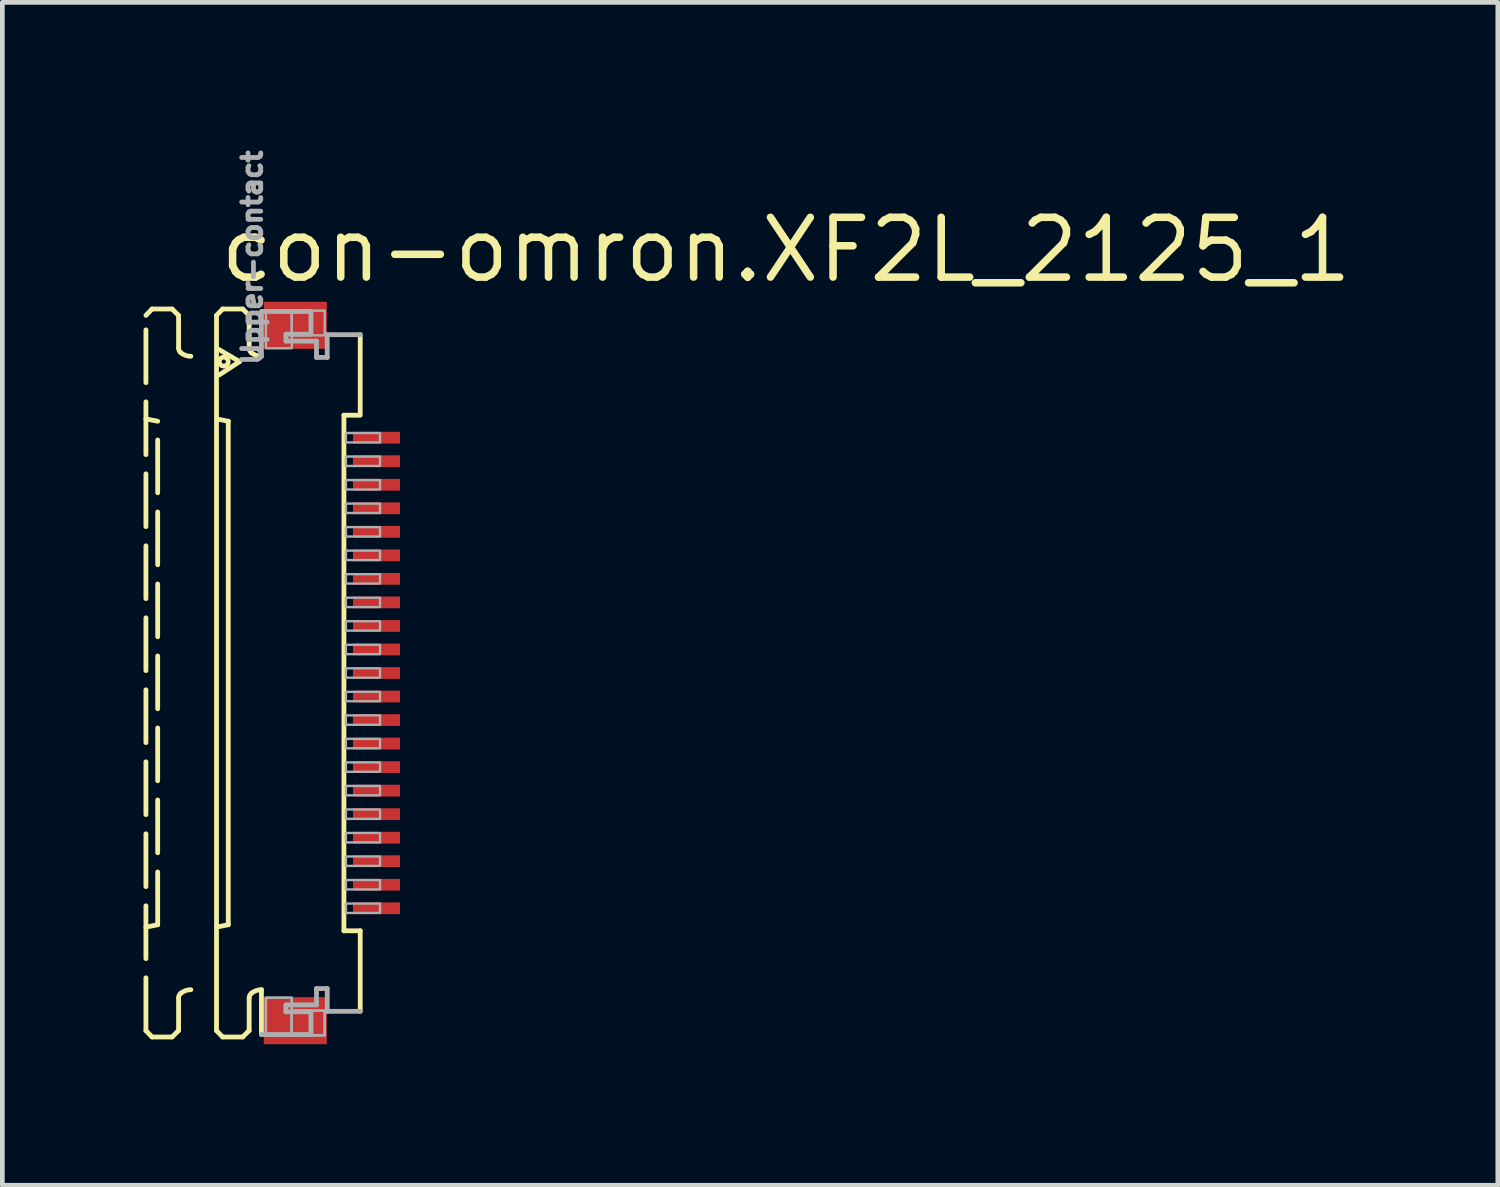
<source format=kicad_pcb>
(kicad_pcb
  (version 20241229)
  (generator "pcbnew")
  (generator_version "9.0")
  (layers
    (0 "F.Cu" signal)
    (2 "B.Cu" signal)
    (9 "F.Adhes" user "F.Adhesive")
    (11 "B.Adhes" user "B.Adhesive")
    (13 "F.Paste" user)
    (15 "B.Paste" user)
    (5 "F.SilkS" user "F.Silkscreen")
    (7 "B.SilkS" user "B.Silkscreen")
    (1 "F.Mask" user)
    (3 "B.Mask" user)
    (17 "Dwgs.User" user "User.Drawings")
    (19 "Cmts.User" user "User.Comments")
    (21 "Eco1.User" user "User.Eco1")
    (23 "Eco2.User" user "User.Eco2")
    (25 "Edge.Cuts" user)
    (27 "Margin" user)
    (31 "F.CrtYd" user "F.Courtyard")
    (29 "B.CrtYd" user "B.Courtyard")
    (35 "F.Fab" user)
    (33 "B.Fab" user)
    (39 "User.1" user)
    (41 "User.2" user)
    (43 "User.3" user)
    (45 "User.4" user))
  (footprint "con-omron.XF2L_2125_1"
    (layer "F.Cu")
    (at 3.046 11.252)
    (property "Reference" "con-omron.XF2L_2125_1" (at -1.5 -8.25 0) (layer "F.SilkS") (effects (font (size 1.27 1.27) (thickness 0.16)) (justify left bottom)))
    (attr smd)
    (fp_rect (start 1.355 -4.825) (end 2.455 -5.175) (stroke (width 0.05) (type default)) (fill yes) (layer "F.Mask"))
    (fp_rect (start 1.355 -4.325) (end 2.455 -4.675) (stroke (width 0.05) (type default)) (fill yes) (layer "F.Mask"))
    (fp_rect (start 1.355 -3.825) (end 2.455 -4.175) (stroke (width 0.05) (type default)) (fill yes) (layer "F.Mask"))
    (fp_rect (start 1.355 -3.325) (end 2.455 -3.675) (stroke (width 0.05) (type default)) (fill yes) (layer "F.Mask"))
    (fp_rect (start 1.355 -2.825) (end 2.455 -3.175) (stroke (width 0.05) (type default)) (fill yes) (layer "F.Mask"))
    (fp_rect (start 1.355 -2.325) (end 2.455 -2.675) (stroke (width 0.05) (type default)) (fill yes) (layer "F.Mask"))
    (fp_rect (start 1.355 -1.825) (end 2.455 -2.175) (stroke (width 0.05) (type default)) (fill yes) (layer "F.Mask"))
    (fp_rect (start 1.355 -1.325) (end 2.455 -1.675) (stroke (width 0.05) (type default)) (fill yes) (layer "F.Mask"))
    (fp_rect (start 1.355 -0.825) (end 2.455 -1.175) (stroke (width 0.05) (type default)) (fill yes) (layer "F.Mask"))
    (fp_rect (start 1.355 -0.325) (end 2.455 -0.675) (stroke (width 0.05) (type default)) (fill yes) (layer "F.Mask"))
    (fp_rect (start 1.355 0.175) (end 2.455 -0.175) (stroke (width 0.05) (type default)) (fill yes) (layer "F.Mask"))
    (fp_rect (start 1.355 0.675) (end 2.455 0.325) (stroke (width 0.05) (type default)) (fill yes) (layer "F.Mask"))
    (fp_rect (start 1.355 1.175) (end 2.455 0.825) (stroke (width 0.05) (type default)) (fill yes) (layer "F.Mask"))
    (fp_rect (start 1.355 1.675) (end 2.455 1.325) (stroke (width 0.05) (type default)) (fill yes) (layer "F.Mask"))
    (fp_rect (start 1.355 2.175) (end 2.455 1.825) (stroke (width 0.05) (type default)) (fill yes) (layer "F.Mask"))
    (fp_rect (start 1.355 2.675) (end 2.455 2.325) (stroke (width 0.05) (type default)) (fill yes) (layer "F.Mask"))
    (fp_rect (start 1.355 3.175) (end 2.455 2.825) (stroke (width 0.05) (type default)) (fill yes) (layer "F.Mask"))
    (fp_rect (start 1.355 3.675) (end 2.455 3.325) (stroke (width 0.05) (type default)) (fill yes) (layer "F.Mask"))
    (fp_rect (start 1.355 4.175) (end 2.455 3.825) (stroke (width 0.05) (type default)) (fill yes) (layer "F.Mask"))
    (fp_rect (start 1.355 4.675) (end 2.455 4.325) (stroke (width 0.05) (type default)) (fill yes) (layer "F.Mask"))
    (fp_rect (start 1.355 5.175) (end 2.455 4.825) (stroke (width 0.05) (type default)) (fill yes) (layer "F.Mask"))
    (fp_line (start -2.995 -7.6) (end -2.865 -7.735) (stroke (width 0.102) (type default)) (layer "F.SilkS"))
    (fp_line (start -2.995 -5.4) (end -2.745 -5.35) (stroke (width 0.102) (type default)) (layer "F.SilkS"))
    (fp_line (start -2.995 7.6) (end -2.995 -7.6) (stroke (width 0.102) (type dash)) (layer "F.SilkS"))
    (fp_line (start -2.995 7.6) (end -2.865 7.735) (stroke (width 0.102) (type default)) (layer "F.SilkS"))
    (fp_line (start -2.865 -7.735) (end -2.438 -7.735) (stroke (width 0.102) (type dash)) (layer "F.SilkS"))
    (fp_line (start -2.865 7.735) (end -2.438 7.735) (stroke (width 0.102) (type dash)) (layer "F.SilkS"))
    (fp_line (start -2.745 5.35) (end -2.995 5.4) (stroke (width 0.102) (type default)) (layer "F.SilkS"))
    (fp_line (start -2.745 5.35) (end -2.745 -5.35) (stroke (width 0.102) (type dash)) (layer "F.SilkS"))
    (fp_line (start -2.438 -7.735) (end -2.301 -7.598) (stroke (width 0.102) (type default)) (layer "F.SilkS"))
    (fp_line (start -2.438 7.735) (end -2.301 7.598) (stroke (width 0.102) (type default)) (layer "F.SilkS"))
    (fp_line (start -2.301 -7.598) (end -2.301 -6.906) (stroke (width 0.102) (type dash)) (layer "F.SilkS"))
    (fp_line (start -2.301 7.598) (end -2.301 6.906) (stroke (width 0.102) (type dash)) (layer "F.SilkS"))
    (fp_line (start -1.495 -7.6) (end -1.365 -7.735) (stroke (width 0.102) (type default)) (layer "F.SilkS"))
    (fp_line (start -1.495 -5.4) (end -1.245 -5.35) (stroke (width 0.102) (type default)) (layer "F.SilkS"))
    (fp_line (start -1.495 7.6) (end -1.495 -7.6) (stroke (width 0.102) (type default)) (layer "F.SilkS"))
    (fp_line (start -1.495 7.6) (end -1.365 7.735) (stroke (width 0.102) (type default)) (layer "F.SilkS"))
    (fp_line (start -1.441 -6.873) (end -1.005 -6.617) (stroke (width 0.102) (type default)) (layer "F.SilkS"))
    (fp_line (start -1.365 -7.735) (end -0.939 -7.735) (stroke (width 0.102) (type default)) (layer "F.SilkS"))
    (fp_line (start -1.365 7.735) (end -0.939 7.735) (stroke (width 0.102) (type default)) (layer "F.SilkS"))
    (fp_line (start -1.245 5.35) (end -1.495 5.4) (stroke (width 0.102) (type default)) (layer "F.SilkS"))
    (fp_line (start -1.245 5.35) (end -1.245 -5.35) (stroke (width 0.102) (type default)) (layer "F.SilkS"))
    (fp_line (start -1.005 -6.617) (end -1.441 -6.332) (stroke (width 0.102) (type default)) (layer "F.SilkS"))
    (fp_line (start -0.939 -7.735) (end -0.801 -7.598) (stroke (width 0.102) (type default)) (layer "F.SilkS"))
    (fp_line (start -0.939 7.735) (end -0.801 7.598) (stroke (width 0.102) (type default)) (layer "F.SilkS"))
    (fp_line (start -0.801 -7.598) (end -0.801 -6.906) (stroke (width 0.102) (type default)) (layer "F.SilkS"))
    (fp_line (start -0.801 7.598) (end -0.801 6.906) (stroke (width 0.102) (type default)) (layer "F.SilkS"))
    (fp_line (start -0.54 6.73) (end -0.54 7.683) (stroke (width 0.102) (type default)) (layer "F.SilkS"))
    (fp_line (start 1.213 5.479) (end 1.213 -5.479) (stroke (width 0.102) (type default)) (layer "F.SilkS"))
    (fp_line (start 1.538 -5.479) (end 1.213 -5.479) (stroke (width 0.102) (type default)) (layer "F.SilkS"))
    (fp_line (start 1.559 -7.19) (end 1.559 -5.479) (stroke (width 0.102) (type default)) (layer "F.SilkS"))
    (fp_line (start 1.559 5.479) (end 1.213 5.479) (stroke (width 0.102) (type default)) (layer "F.SilkS"))
    (fp_line (start 1.559 7.19) (end 1.559 5.479) (stroke (width 0.102) (type default)) (layer "F.SilkS"))
    (fp_arc (start -2.301 6.9057) (mid -2.288538 6.850596) (end -2.2536 6.8062) (stroke (width 0.1016) (type default)) (layer "F.SilkS"))
    (fp_arc (start -2.2536 -6.8062) (mid -2.288538 -6.850596) (end -2.301 -6.9057) (stroke (width 0.1016) (type default)) (layer "F.SilkS"))
    (fp_arc (start -2.2536 6.8062) (mid -2.153476 6.749936) (end -2.0403 6.7304) (stroke (width 0.1016) (type default)) (layer "F.SilkS"))
    (fp_arc (start -2.0403 -6.7304) (mid -2.153476 -6.749936) (end -2.2536 -6.8062) (stroke (width 0.1016) (type default)) (layer "F.SilkS"))
    (fp_arc (start -0.801 6.9057) (mid -0.788538 6.850596) (end -0.7536 6.8062) (stroke (width 0.1016) (type default)) (layer "F.SilkS"))
    (fp_arc (start -0.7536 -6.8062) (mid -0.788538 -6.850596) (end -0.801 -6.9057) (stroke (width 0.1016) (type default)) (layer "F.SilkS"))
    (fp_arc (start -0.7536 6.8062) (mid -0.653476 6.749936) (end -0.5403 6.7304) (stroke (width 0.1016) (type default)) (layer "F.SilkS"))
    (fp_arc (start -0.5403 -6.7304) (mid -0.653476 -6.749936) (end -0.7536 -6.8062) (stroke (width 0.1016) (type default)) (layer "F.SilkS"))
    (fp_circle (center -1.341 -6.617) (end -1.246 -6.617) (stroke (width 0.1) (type default)) (fill no) (layer "F.SilkS"))
    (fp_line (start -0.54 -7.683) (end 0.512 -7.683) (stroke (width 0.102) (type default)) (layer "F.Fab"))
    (fp_line (start -0.54 -6.73) (end -0.54 -7.683) (stroke (width 0.102) (type default)) (layer "F.Fab"))
    (fp_line (start -0.54 7.683) (end 0.512 7.683) (stroke (width 0.102) (type default)) (layer "F.Fab"))
    (fp_line (start -0.019 -7.2) (end -0.019 -7.053) (stroke (width 0.102) (type default)) (layer "F.Fab"))
    (fp_line (start -0.019 -7.053) (end 0.63 -7.053) (stroke (width 0.102) (type default)) (layer "F.Fab"))
    (fp_line (start -0.019 7.053) (end 0.63 7.053) (stroke (width 0.102) (type default)) (layer "F.Fab"))
    (fp_line (start -0.019 7.2) (end -0.019 7.053) (stroke (width 0.102) (type default)) (layer "F.Fab"))
    (fp_line (start 0.512 -7.683) (end 0.512 -7.2) (stroke (width 0.102) (type default)) (layer "F.Fab"))
    (fp_line (start 0.512 -7.2) (end -0.019 -7.2) (stroke (width 0.102) (type default)) (layer "F.Fab"))
    (fp_line (start 0.512 7.2) (end -0.019 7.2) (stroke (width 0.102) (type default)) (layer "F.Fab"))
    (fp_line (start 0.512 7.683) (end 0.512 7.2) (stroke (width 0.102) (type default)) (layer "F.Fab"))
    (fp_line (start 0.63 -7.053) (end 0.63 -6.707) (stroke (width 0.102) (type default)) (layer "F.Fab"))
    (fp_line (start 0.63 -6.707) (end 0.858 -6.707) (stroke (width 0.102) (type default)) (layer "F.Fab"))
    (fp_line (start 0.63 6.707) (end 0.858 6.707) (stroke (width 0.102) (type default)) (layer "F.Fab"))
    (fp_line (start 0.63 7.053) (end 0.63 6.707) (stroke (width 0.102) (type default)) (layer "F.Fab"))
    (fp_line (start 0.858 -7.19) (end 1.559 -7.19) (stroke (width 0.102) (type default)) (layer "F.Fab"))
    (fp_line (start 0.858 -6.707) (end 0.858 -7.19) (stroke (width 0.102) (type default)) (layer "F.Fab"))
    (fp_line (start 0.858 6.707) (end 0.858 7.19) (stroke (width 0.102) (type default)) (layer "F.Fab"))
    (fp_line (start 0.858 7.19) (end 1.559 7.19) (stroke (width 0.102) (type default)) (layer "F.Fab"))
    (fp_rect (start -0.445 -6.9) (end 0.105 -7.7) (stroke (width 0.05) (type default)) (fill no) (layer "F.Fab"))
    (fp_rect (start -0.445 7.7) (end 0.105 6.9) (stroke (width 0.05) (type default)) (fill no) (layer "F.Fab"))
    (fp_rect (start -0.445 7.7) (end 0.105 6.9) (stroke (width 0.05) (type default)) (fill no) (layer "F.Fab"))
    (fp_rect (start 0.105 -7.175) (end 0.805 -7.7) (stroke (width 0.05) (type default)) (fill no) (layer "F.Fab"))
    (fp_rect (start 0.105 7.7) (end 0.805 7.175) (stroke (width 0.05) (type default)) (fill no) (layer "F.Fab"))
    (fp_rect (start 0.105 7.7) (end 0.805 7.175) (stroke (width 0.05) (type default)) (fill no) (layer "F.Fab"))
    (fp_rect (start 1.255 -4.9) (end 1.98 -5.1) (stroke (width 0.05) (type default)) (fill no) (layer "F.Fab"))
    (fp_rect (start 1.255 -4.4) (end 1.98 -4.6) (stroke (width 0.05) (type default)) (fill no) (layer "F.Fab"))
    (fp_rect (start 1.255 -3.9) (end 1.98 -4.1) (stroke (width 0.05) (type default)) (fill no) (layer "F.Fab"))
    (fp_rect (start 1.255 -3.4) (end 1.98 -3.6) (stroke (width 0.05) (type default)) (fill no) (layer "F.Fab"))
    (fp_rect (start 1.255 -2.9) (end 1.98 -3.1) (stroke (width 0.05) (type default)) (fill no) (layer "F.Fab"))
    (fp_rect (start 1.255 -2.4) (end 1.98 -2.6) (stroke (width 0.05) (type default)) (fill no) (layer "F.Fab"))
    (fp_rect (start 1.255 -1.9) (end 1.98 -2.1) (stroke (width 0.05) (type default)) (fill no) (layer "F.Fab"))
    (fp_rect (start 1.255 -1.4) (end 1.98 -1.6) (stroke (width 0.05) (type default)) (fill no) (layer "F.Fab"))
    (fp_rect (start 1.255 -0.9) (end 1.98 -1.1) (stroke (width 0.05) (type default)) (fill no) (layer "F.Fab"))
    (fp_rect (start 1.255 -0.4) (end 1.98 -0.6) (stroke (width 0.05) (type default)) (fill no) (layer "F.Fab"))
    (fp_rect (start 1.255 0.1) (end 1.98 -0.1) (stroke (width 0.05) (type default)) (fill no) (layer "F.Fab"))
    (fp_rect (start 1.255 0.6) (end 1.98 0.4) (stroke (width 0.05) (type default)) (fill no) (layer "F.Fab"))
    (fp_rect (start 1.255 1.1) (end 1.98 0.9) (stroke (width 0.05) (type default)) (fill no) (layer "F.Fab"))
    (fp_rect (start 1.255 1.6) (end 1.98 1.4) (stroke (width 0.05) (type default)) (fill no) (layer "F.Fab"))
    (fp_rect (start 1.255 2.1) (end 1.98 1.9) (stroke (width 0.05) (type default)) (fill no) (layer "F.Fab"))
    (fp_rect (start 1.255 2.6) (end 1.98 2.4) (stroke (width 0.05) (type default)) (fill no) (layer "F.Fab"))
    (fp_rect (start 1.255 3.1) (end 1.98 2.9) (stroke (width 0.05) (type default)) (fill no) (layer "F.Fab"))
    (fp_rect (start 1.255 3.6) (end 1.98 3.4) (stroke (width 0.05) (type default)) (fill no) (layer "F.Fab"))
    (fp_rect (start 1.255 4.1) (end 1.98 3.9) (stroke (width 0.05) (type default)) (fill no) (layer "F.Fab"))
    (fp_rect (start 1.255 4.6) (end 1.98 4.4) (stroke (width 0.05) (type default)) (fill no) (layer "F.Fab"))
    (fp_rect (start 1.255 5.1) (end 1.98 4.9) (stroke (width 0.05) (type default)) (fill no) (layer "F.Fab"))
    (fp_text user "Upper-contact" (at -0.5 -6.5 270) (layer "F.Fab") (effects (font (size 0.406 0.406) (thickness 0.15)) (justify left bottom)))
    (pad "1" smd roundrect (at 1.905 -5) (size 1 0.25) (layers "F.Cu" "F.Mask" "F.Paste") (roundrect_rratio 0.01))
    (pad "2" smd roundrect (at 1.905 -4.5) (size 1 0.25) (layers "F.Cu" "F.Mask" "F.Paste") (roundrect_rratio 0.01))
    (pad "3" smd roundrect (at 1.905 -4) (size 1 0.25) (layers "F.Cu" "F.Mask" "F.Paste") (roundrect_rratio 0.01))
    (pad "4" smd roundrect (at 1.905 -3.5) (size 1 0.25) (layers "F.Cu" "F.Mask" "F.Paste") (roundrect_rratio 0.01))
    (pad "5" smd roundrect (at 1.905 -3) (size 1 0.25) (layers "F.Cu" "F.Mask" "F.Paste") (roundrect_rratio 0.01))
    (pad "6" smd roundrect (at 1.905 -2.5) (size 1 0.25) (layers "F.Cu" "F.Mask" "F.Paste") (roundrect_rratio 0.01))
    (pad "7" smd roundrect (at 1.905 -2) (size 1 0.25) (layers "F.Cu" "F.Mask" "F.Paste") (roundrect_rratio 0.01))
    (pad "8" smd roundrect (at 1.905 -1.5) (size 1 0.25) (layers "F.Cu" "F.Mask" "F.Paste") (roundrect_rratio 0.01))
    (pad "9" smd roundrect (at 1.905 -1) (size 1 0.25) (layers "F.Cu" "F.Mask" "F.Paste") (roundrect_rratio 0.01))
    (pad "10" smd roundrect (at 1.905 -0.5) (size 1 0.25) (layers "F.Cu" "F.Mask" "F.Paste") (roundrect_rratio 0.01))
    (pad "11" smd roundrect (at 1.905 0) (size 1 0.25) (layers "F.Cu" "F.Mask" "F.Paste") (roundrect_rratio 0.01))
    (pad "12" smd roundrect (at 1.905 0.5) (size 1 0.25) (layers "F.Cu" "F.Mask" "F.Paste") (roundrect_rratio 0.01))
    (pad "13" smd roundrect (at 1.905 1) (size 1 0.25) (layers "F.Cu" "F.Mask" "F.Paste") (roundrect_rratio 0.01))
    (pad "14" smd roundrect (at 1.905 1.5) (size 1 0.25) (layers "F.Cu" "F.Mask" "F.Paste") (roundrect_rratio 0.01))
    (pad "15" smd roundrect (at 1.905 2) (size 1 0.25) (layers "F.Cu" "F.Mask" "F.Paste") (roundrect_rratio 0.01))
    (pad "16" smd roundrect (at 1.905 2.5) (size 1 0.25) (layers "F.Cu" "F.Mask" "F.Paste") (roundrect_rratio 0.01))
    (pad "17" smd roundrect (at 1.905 3) (size 1 0.25) (layers "F.Cu" "F.Mask" "F.Paste") (roundrect_rratio 0.01))
    (pad "18" smd roundrect (at 1.905 3.5) (size 1 0.25) (layers "F.Cu" "F.Mask" "F.Paste") (roundrect_rratio 0.01))
    (pad "19" smd roundrect (at 1.905 4) (size 1 0.25) (layers "F.Cu" "F.Mask" "F.Paste") (roundrect_rratio 0.01))
    (pad "20" smd roundrect (at 1.905 4.5) (size 1 0.25) (layers "F.Cu" "F.Mask" "F.Paste") (roundrect_rratio 0.01))
    (pad "21" smd roundrect (at 1.905 5) (size 1 0.25) (layers "F.Cu" "F.Mask" "F.Paste") (roundrect_rratio 0.01))
    (pad "M1" smd roundrect (at 0.18 -7.388) (size 1.34 1) (layers "F.Cu" "F.Mask" "F.Paste") (roundrect_rratio 0.01))
    (pad "M2" smd roundrect (at 0.18 7.388) (size 1.34 1) (layers "F.Cu" "F.Mask" "F.Paste") (roundrect_rratio 0.01)))
  (gr_rect
    (start -3 -3)
    (end 28.781 22.139)
    (stroke (width 0.1) (type default))
    (fill no)
    (layer "Edge.Cuts")))
</source>
